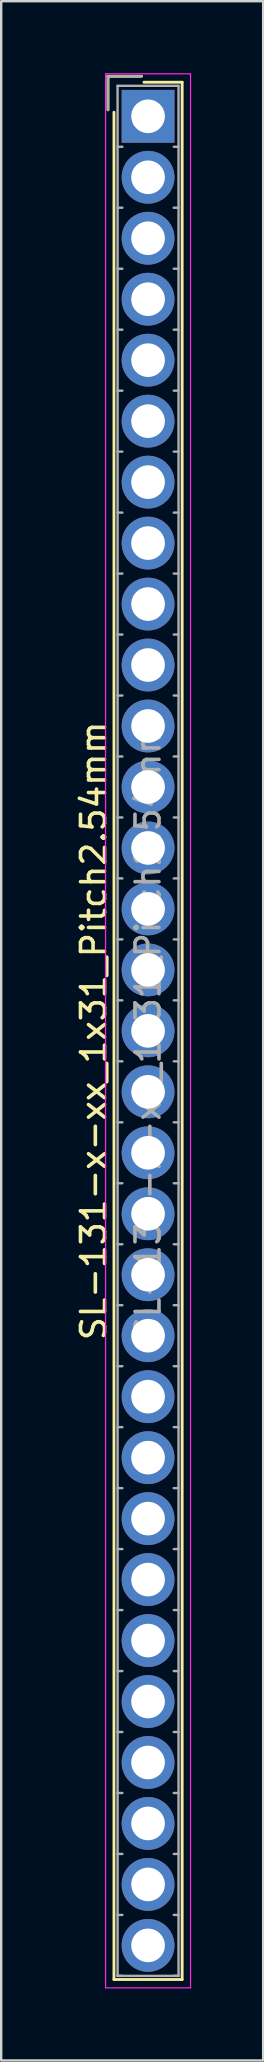
<source format=kicad_pcb>
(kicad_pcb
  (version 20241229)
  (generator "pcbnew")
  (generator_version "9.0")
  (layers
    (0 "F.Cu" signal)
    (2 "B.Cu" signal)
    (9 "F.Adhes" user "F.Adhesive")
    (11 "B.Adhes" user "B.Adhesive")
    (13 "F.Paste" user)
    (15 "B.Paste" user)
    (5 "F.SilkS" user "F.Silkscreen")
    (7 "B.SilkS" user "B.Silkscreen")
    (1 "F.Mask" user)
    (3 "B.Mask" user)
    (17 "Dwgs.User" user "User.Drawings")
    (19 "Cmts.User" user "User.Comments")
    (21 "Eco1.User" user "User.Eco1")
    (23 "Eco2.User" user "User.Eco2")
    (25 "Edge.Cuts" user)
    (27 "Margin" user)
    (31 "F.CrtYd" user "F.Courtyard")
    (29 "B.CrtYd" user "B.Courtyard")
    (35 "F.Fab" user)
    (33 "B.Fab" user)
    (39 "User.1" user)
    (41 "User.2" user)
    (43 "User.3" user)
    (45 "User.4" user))
  (footprint "SL-131-x-xx_1x31_Pitch2.54mm"
    (layer "F.Cu")
    (at 3.118 1.795)
    (property "Reference" "SL-131-x-xx_1x31_Pitch2.54mm" (at -2.27 38.1 90) (layer "F.SilkS") (effects (font (size 1 1) (thickness 0.15))))
    (attr through_hole)
    (fp_line (start -1.67 -1.67) (end -1.67 -0.27) (stroke (width 0.12) (type solid)) (layer "F.SilkS"))
    (fp_line (start -1.42 77.62) (end -1.42 -0.17) (stroke (width 0.12) (type solid)) (layer "F.SilkS"))
    (fp_line (start -0.27 -1.67) (end -1.67 -1.67) (stroke (width 0.12) (type solid)) (layer "F.SilkS"))
    (fp_line (start -0.17 -1.42) (end 1.42 -1.42) (stroke (width 0.12) (type solid)) (layer "F.SilkS"))
    (fp_line (start 1.42 -1.42) (end 1.42 77.62) (stroke (width 0.12) (type solid)) (layer "F.SilkS"))
    (fp_line (start 1.42 77.62) (end -1.42 77.62) (stroke (width 0.12) (type solid)) (layer "F.SilkS"))
    (fp_line (start -1.77 -1.77) (end -1.77 77.97) (stroke (width 0.05) (type solid)) (layer "F.CrtYd"))
    (fp_line (start -1.77 77.97) (end 1.77 77.97) (stroke (width 0.05) (type solid)) (layer "F.CrtYd"))
    (fp_line (start 1.77 -1.77) (end -1.77 -1.77) (stroke (width 0.05) (type solid)) (layer "F.CrtYd"))
    (fp_line (start 1.77 77.97) (end 1.77 -1.77) (stroke (width 0.05) (type solid)) (layer "F.CrtYd"))
    (fp_line (start -1.67 -1.67) (end -1.67 -0.27) (stroke (width 0.1) (type solid)) (layer "F.Fab"))
    (fp_line (start -1.27 -1.27) (end -1.27 77.47) (stroke (width 0.1) (type solid)) (layer "F.Fab"))
    (fp_line (start -1.27 1.27) (end -1.07 1.27) (stroke (width 0.1) (type solid)) (layer "F.Fab"))
    (fp_line (start -1.27 3.81) (end -1.07 3.81) (stroke (width 0.1) (type solid)) (layer "F.Fab"))
    (fp_line (start -1.27 6.35) (end -1.07 6.35) (stroke (width 0.1) (type solid)) (layer "F.Fab"))
    (fp_line (start -1.27 8.89) (end -1.07 8.89) (stroke (width 0.1) (type solid)) (layer "F.Fab"))
    (fp_line (start -1.27 11.43) (end -1.07 11.43) (stroke (width 0.1) (type solid)) (layer "F.Fab"))
    (fp_line (start -1.27 13.97) (end -1.07 13.97) (stroke (width 0.1) (type solid)) (layer "F.Fab"))
    (fp_line (start -1.27 16.51) (end -1.07 16.51) (stroke (width 0.1) (type solid)) (layer "F.Fab"))
    (fp_line (start -1.27 19.05) (end -1.07 19.05) (stroke (width 0.1) (type solid)) (layer "F.Fab"))
    (fp_line (start -1.27 21.59) (end -1.07 21.59) (stroke (width 0.1) (type solid)) (layer "F.Fab"))
    (fp_line (start -1.27 24.13) (end -1.07 24.13) (stroke (width 0.1) (type solid)) (layer "F.Fab"))
    (fp_line (start -1.27 26.67) (end -1.07 26.67) (stroke (width 0.1) (type solid)) (layer "F.Fab"))
    (fp_line (start -1.27 29.21) (end -1.07 29.21) (stroke (width 0.1) (type solid)) (layer "F.Fab"))
    (fp_line (start -1.27 31.75) (end -1.07 31.75) (stroke (width 0.1) (type solid)) (layer "F.Fab"))
    (fp_line (start -1.27 34.29) (end -1.07 34.29) (stroke (width 0.1) (type solid)) (layer "F.Fab"))
    (fp_line (start -1.27 36.83) (end -1.07 36.83) (stroke (width 0.1) (type solid)) (layer "F.Fab"))
    (fp_line (start -1.27 39.37) (end -1.07 39.37) (stroke (width 0.1) (type solid)) (layer "F.Fab"))
    (fp_line (start -1.27 41.91) (end -1.07 41.91) (stroke (width 0.1) (type solid)) (layer "F.Fab"))
    (fp_line (start -1.27 44.45) (end -1.07 44.45) (stroke (width 0.1) (type solid)) (layer "F.Fab"))
    (fp_line (start -1.27 46.99) (end -1.07 46.99) (stroke (width 0.1) (type solid)) (layer "F.Fab"))
    (fp_line (start -1.27 49.53) (end -1.07 49.53) (stroke (width 0.1) (type solid)) (layer "F.Fab"))
    (fp_line (start -1.27 52.07) (end -1.07 52.07) (stroke (width 0.1) (type solid)) (layer "F.Fab"))
    (fp_line (start -1.27 54.61) (end -1.07 54.61) (stroke (width 0.1) (type solid)) (layer "F.Fab"))
    (fp_line (start -1.27 57.15) (end -1.07 57.15) (stroke (width 0.1) (type solid)) (layer "F.Fab"))
    (fp_line (start -1.27 59.69) (end -1.07 59.69) (stroke (width 0.1) (type solid)) (layer "F.Fab"))
    (fp_line (start -1.27 62.23) (end -1.07 62.23) (stroke (width 0.1) (type solid)) (layer "F.Fab"))
    (fp_line (start -1.27 64.77) (end -1.07 64.77) (stroke (width 0.1) (type solid)) (layer "F.Fab"))
    (fp_line (start -1.27 67.31) (end -1.07 67.31) (stroke (width 0.1) (type solid)) (layer "F.Fab"))
    (fp_line (start -1.27 69.85) (end -1.07 69.85) (stroke (width 0.1) (type solid)) (layer "F.Fab"))
    (fp_line (start -1.27 72.39) (end -1.07 72.39) (stroke (width 0.1) (type solid)) (layer "F.Fab"))
    (fp_line (start -1.27 74.93) (end -1.07 74.93) (stroke (width 0.1) (type solid)) (layer "F.Fab"))
    (fp_line (start -1.27 77.47) (end -1.07 77.47) (stroke (width 0.1) (type solid)) (layer "F.Fab"))
    (fp_line (start -1.27 77.47) (end 1.27 77.47) (stroke (width 0.1) (type solid)) (layer "F.Fab"))
    (fp_line (start -0.27 -1.67) (end -1.67 -1.67) (stroke (width 0.1) (type solid)) (layer "F.Fab"))
    (fp_line (start 1.27 -1.27) (end -1.27 -1.27) (stroke (width 0.1) (type solid)) (layer "F.Fab"))
    (fp_line (start 1.27 1.27) (end 1.07 1.27) (stroke (width 0.1) (type solid)) (layer "F.Fab"))
    (fp_line (start 1.27 3.81) (end 1.07 3.81) (stroke (width 0.1) (type solid)) (layer "F.Fab"))
    (fp_line (start 1.27 6.35) (end 1.07 6.35) (stroke (width 0.1) (type solid)) (layer "F.Fab"))
    (fp_line (start 1.27 8.89) (end 1.07 8.89) (stroke (width 0.1) (type solid)) (layer "F.Fab"))
    (fp_line (start 1.27 11.43) (end 1.07 11.43) (stroke (width 0.1) (type solid)) (layer "F.Fab"))
    (fp_line (start 1.27 13.97) (end 1.07 13.97) (stroke (width 0.1) (type solid)) (layer "F.Fab"))
    (fp_line (start 1.27 16.51) (end 1.07 16.51) (stroke (width 0.1) (type solid)) (layer "F.Fab"))
    (fp_line (start 1.27 19.05) (end 1.07 19.05) (stroke (width 0.1) (type solid)) (layer "F.Fab"))
    (fp_line (start 1.27 21.59) (end 1.07 21.59) (stroke (width 0.1) (type solid)) (layer "F.Fab"))
    (fp_line (start 1.27 24.13) (end 1.07 24.13) (stroke (width 0.1) (type solid)) (layer "F.Fab"))
    (fp_line (start 1.27 26.67) (end 1.07 26.67) (stroke (width 0.1) (type solid)) (layer "F.Fab"))
    (fp_line (start 1.27 29.21) (end 1.07 29.21) (stroke (width 0.1) (type solid)) (layer "F.Fab"))
    (fp_line (start 1.27 31.75) (end 1.07 31.75) (stroke (width 0.1) (type solid)) (layer "F.Fab"))
    (fp_line (start 1.27 34.29) (end 1.07 34.29) (stroke (width 0.1) (type solid)) (layer "F.Fab"))
    (fp_line (start 1.27 36.83) (end 1.07 36.83) (stroke (width 0.1) (type solid)) (layer "F.Fab"))
    (fp_line (start 1.27 39.37) (end 1.07 39.37) (stroke (width 0.1) (type solid)) (layer "F.Fab"))
    (fp_line (start 1.27 41.91) (end 1.07 41.91) (stroke (width 0.1) (type solid)) (layer "F.Fab"))
    (fp_line (start 1.27 44.45) (end 1.07 44.45) (stroke (width 0.1) (type solid)) (layer "F.Fab"))
    (fp_line (start 1.27 46.99) (end 1.07 46.99) (stroke (width 0.1) (type solid)) (layer "F.Fab"))
    (fp_line (start 1.27 49.53) (end 1.07 49.53) (stroke (width 0.1) (type solid)) (layer "F.Fab"))
    (fp_line (start 1.27 52.07) (end 1.07 52.07) (stroke (width 0.1) (type solid)) (layer "F.Fab"))
    (fp_line (start 1.27 54.61) (end 1.07 54.61) (stroke (width 0.1) (type solid)) (layer "F.Fab"))
    (fp_line (start 1.27 57.15) (end 1.07 57.15) (stroke (width 0.1) (type solid)) (layer "F.Fab"))
    (fp_line (start 1.27 59.69) (end 1.07 59.69) (stroke (width 0.1) (type solid)) (layer "F.Fab"))
    (fp_line (start 1.27 62.23) (end 1.07 62.23) (stroke (width 0.1) (type solid)) (layer "F.Fab"))
    (fp_line (start 1.27 64.77) (end 1.07 64.77) (stroke (width 0.1) (type solid)) (layer "F.Fab"))
    (fp_line (start 1.27 67.31) (end 1.07 67.31) (stroke (width 0.1) (type solid)) (layer "F.Fab"))
    (fp_line (start 1.27 69.85) (end 1.07 69.85) (stroke (width 0.1) (type solid)) (layer "F.Fab"))
    (fp_line (start 1.27 72.39) (end 1.07 72.39) (stroke (width 0.1) (type solid)) (layer "F.Fab"))
    (fp_line (start 1.27 74.93) (end 1.07 74.93) (stroke (width 0.1) (type solid)) (layer "F.Fab"))
    (fp_line (start 1.27 77.47) (end 1.07 77.47) (stroke (width 0.1) (type solid)) (layer "F.Fab"))
    (fp_line (start 1.27 77.47) (end 1.27 -1.27) (stroke (width 0.1) (type solid)) (layer "F.Fab"))
    (fp_text user "${REFERENCE}" (at 0 38.1 90) (layer "F.Fab") (effects (font (size 1 1) (thickness 0.15))))
    (pad "1" thru_hole rect (at 0 0) (size 2.2 2.2) (drill 1.4) (layers "*.Cu" "*.Mask"))
    (pad "2" thru_hole circle (at 0 2.54) (size 2.2 2.2) (drill 1.4) (layers "*.Cu" "*.Mask"))
    (pad "3" thru_hole circle (at 0 5.08) (size 2.2 2.2) (drill 1.4) (layers "*.Cu" "*.Mask"))
    (pad "4" thru_hole circle (at 0 7.62) (size 2.2 2.2) (drill 1.4) (layers "*.Cu" "*.Mask"))
    (pad "5" thru_hole circle (at 0 10.16) (size 2.2 2.2) (drill 1.4) (layers "*.Cu" "*.Mask"))
    (pad "6" thru_hole circle (at 0 12.7) (size 2.2 2.2) (drill 1.4) (layers "*.Cu" "*.Mask"))
    (pad "7" thru_hole circle (at 0 15.24) (size 2.2 2.2) (drill 1.4) (layers "*.Cu" "*.Mask"))
    (pad "8" thru_hole circle (at 0 17.78) (size 2.2 2.2) (drill 1.4) (layers "*.Cu" "*.Mask"))
    (pad "9" thru_hole circle (at 0 20.32) (size 2.2 2.2) (drill 1.4) (layers "*.Cu" "*.Mask"))
    (pad "10" thru_hole circle (at 0 22.86) (size 2.2 2.2) (drill 1.4) (layers "*.Cu" "*.Mask"))
    (pad "11" thru_hole circle (at 0 25.4) (size 2.2 2.2) (drill 1.4) (layers "*.Cu" "*.Mask"))
    (pad "12" thru_hole circle (at 0 27.94) (size 2.2 2.2) (drill 1.4) (layers "*.Cu" "*.Mask"))
    (pad "13" thru_hole circle (at 0 30.48) (size 2.2 2.2) (drill 1.4) (layers "*.Cu" "*.Mask"))
    (pad "14" thru_hole circle (at 0 33.02) (size 2.2 2.2) (drill 1.4) (layers "*.Cu" "*.Mask"))
    (pad "15" thru_hole circle (at 0 35.56) (size 2.2 2.2) (drill 1.4) (layers "*.Cu" "*.Mask"))
    (pad "16" thru_hole circle (at 0 38.1) (size 2.2 2.2) (drill 1.4) (layers "*.Cu" "*.Mask"))
    (pad "17" thru_hole circle (at 0 40.64) (size 2.2 2.2) (drill 1.4) (layers "*.Cu" "*.Mask"))
    (pad "18" thru_hole circle (at 0 43.18) (size 2.2 2.2) (drill 1.4) (layers "*.Cu" "*.Mask"))
    (pad "19" thru_hole circle (at 0 45.72) (size 2.2 2.2) (drill 1.4) (layers "*.Cu" "*.Mask"))
    (pad "20" thru_hole circle (at 0 48.26) (size 2.2 2.2) (drill 1.4) (layers "*.Cu" "*.Mask"))
    (pad "21" thru_hole circle (at 0 50.8) (size 2.2 2.2) (drill 1.4) (layers "*.Cu" "*.Mask"))
    (pad "22" thru_hole circle (at 0 53.34) (size 2.2 2.2) (drill 1.4) (layers "*.Cu" "*.Mask"))
    (pad "23" thru_hole circle (at 0 55.88) (size 2.2 2.2) (drill 1.4) (layers "*.Cu" "*.Mask"))
    (pad "24" thru_hole circle (at 0 58.42) (size 2.2 2.2) (drill 1.4) (layers "*.Cu" "*.Mask"))
    (pad "25" thru_hole circle (at 0 60.96) (size 2.2 2.2) (drill 1.4) (layers "*.Cu" "*.Mask"))
    (pad "26" thru_hole circle (at 0 63.5) (size 2.2 2.2) (drill 1.4) (layers "*.Cu" "*.Mask"))
    (pad "27" thru_hole circle (at 0 66.04) (size 2.2 2.2) (drill 1.4) (layers "*.Cu" "*.Mask"))
    (pad "28" thru_hole circle (at 0 68.58) (size 2.2 2.2) (drill 1.4) (layers "*.Cu" "*.Mask"))
    (pad "29" thru_hole circle (at 0 71.12) (size 2.2 2.2) (drill 1.4) (layers "*.Cu" "*.Mask"))
    (pad "30" thru_hole circle (at 0 73.66) (size 2.2 2.2) (drill 1.4) (layers "*.Cu" "*.Mask"))
    (pad "31" thru_hole circle (at 0 76.2) (size 2.2 2.2) (drill 1.4) (layers "*.Cu" "*.Mask")))
  (gr_rect
    (start -3 -3)
    (end 7.913 82.79)
    (stroke (width 0.1) (type default))
    (fill no)
    (layer "Edge.Cuts")))
</source>
